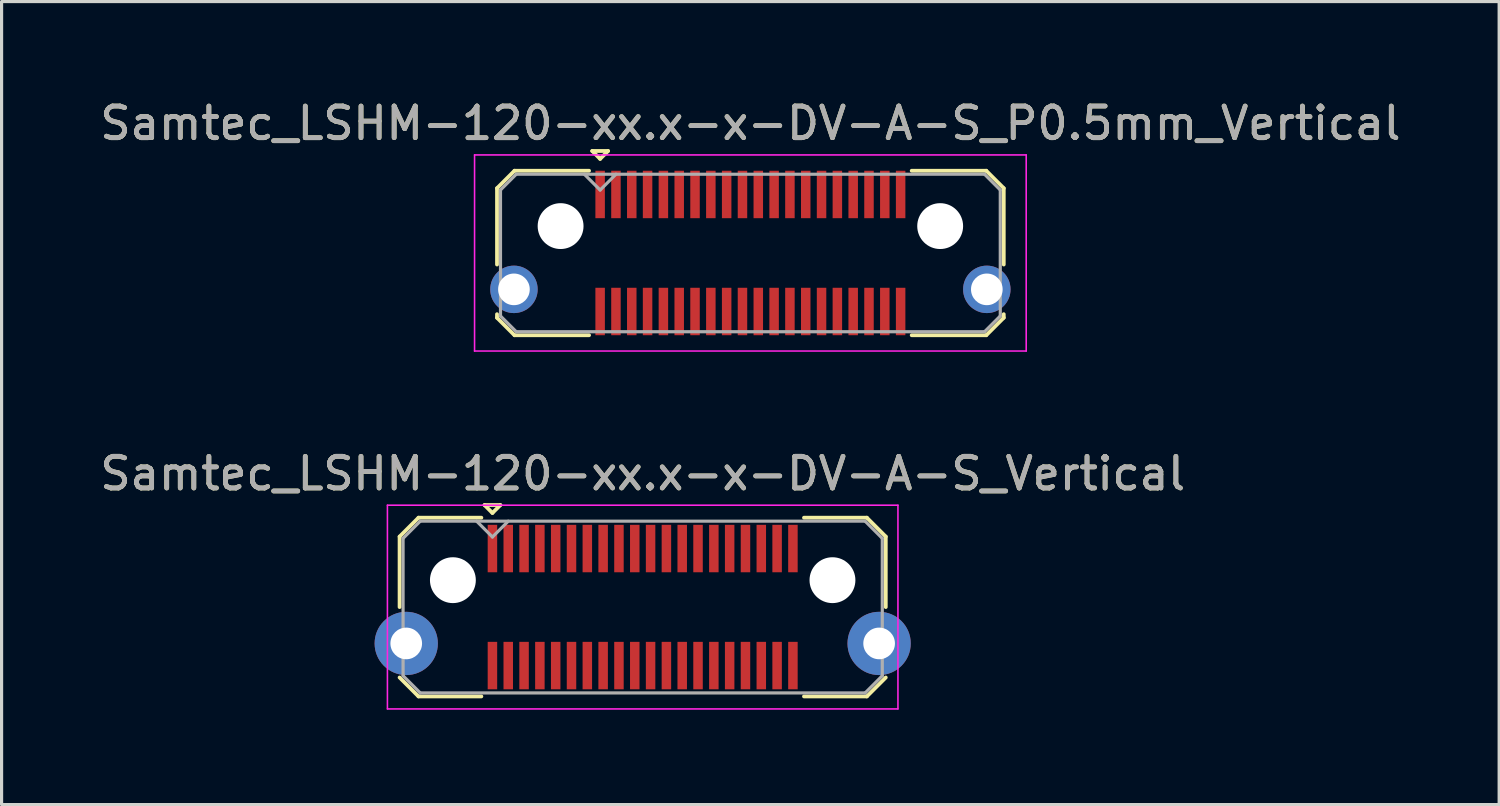
<source format=kicad_pcb>
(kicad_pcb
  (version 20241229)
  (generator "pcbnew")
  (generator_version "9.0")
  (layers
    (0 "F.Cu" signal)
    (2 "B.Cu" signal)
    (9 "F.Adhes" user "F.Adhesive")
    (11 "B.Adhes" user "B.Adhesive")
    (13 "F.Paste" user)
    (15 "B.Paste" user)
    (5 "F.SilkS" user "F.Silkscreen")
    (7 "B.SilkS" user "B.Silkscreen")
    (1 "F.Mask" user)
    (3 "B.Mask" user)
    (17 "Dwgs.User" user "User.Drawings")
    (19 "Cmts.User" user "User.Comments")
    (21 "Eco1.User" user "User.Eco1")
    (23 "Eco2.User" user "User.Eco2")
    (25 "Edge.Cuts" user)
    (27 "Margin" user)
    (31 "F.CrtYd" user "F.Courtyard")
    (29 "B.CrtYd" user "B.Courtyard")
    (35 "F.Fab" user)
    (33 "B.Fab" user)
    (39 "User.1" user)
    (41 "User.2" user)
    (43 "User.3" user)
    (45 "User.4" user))
  (footprint "Samtec_LSHM-120-xx.x-x-DV-A-S_P0.5mm_Vertical"
    (layer "F.Cu")
    (at 20.673 4.948)
    (property "Reference" "Samtec_LSHM-120-xx.x-x-DV-A-S_P0.5mm_Vertical" (at 0 -4.1 0) (layer "F.SilkS") (effects (font (size 1 1) (thickness 0.15))))
    (attr smd)
    (fp_line (start -8.01 -2.047) (end -8.01 0.365) (stroke (width 0.12) (type solid)) (layer "F.SilkS"))
    (fp_line (start -8.01 1.935) (end -8.01 2.047) (stroke (width 0.12) (type solid)) (layer "F.SilkS"))
    (fp_line (start -8.01 2.047) (end -7.457 2.6) (stroke (width 0.12) (type solid)) (layer "F.SilkS"))
    (fp_line (start -7.457 -2.6) (end -8.01 -2.047) (stroke (width 0.12) (type solid)) (layer "F.SilkS"))
    (fp_line (start -7.457 2.6) (end -5.1 2.6) (stroke (width 0.12) (type solid)) (layer "F.SilkS"))
    (fp_line (start -5.1 -2.6) (end -7.457 -2.6) (stroke (width 0.12) (type solid)) (layer "F.SilkS"))
    (fp_line (start -5 -3.225) (end -4.5 -3.225) (stroke (width 0.12) (type solid)) (layer "F.SilkS"))
    (fp_line (start -4.75 -2.975) (end -5 -3.225) (stroke (width 0.12) (type solid)) (layer "F.SilkS"))
    (fp_line (start -4.5 -3.225) (end -4.75 -2.975) (stroke (width 0.12) (type solid)) (layer "F.SilkS"))
    (fp_line (start 5.1 -2.6) (end 7.457 -2.6) (stroke (width 0.12) (type solid)) (layer "F.SilkS"))
    (fp_line (start 7.457 -2.6) (end 8.01 -2.047) (stroke (width 0.12) (type solid)) (layer "F.SilkS"))
    (fp_line (start 7.457 2.6) (end 5.1 2.6) (stroke (width 0.12) (type solid)) (layer "F.SilkS"))
    (fp_line (start 8.01 -2.047) (end 8.01 0.365) (stroke (width 0.12) (type solid)) (layer "F.SilkS"))
    (fp_line (start 8.01 1.935) (end 8.01 2.047) (stroke (width 0.12) (type solid)) (layer "F.SilkS"))
    (fp_line (start 8.01 2.047) (end 7.457 2.6) (stroke (width 0.12) (type solid)) (layer "F.SilkS"))
    (fp_line (start -8.72 -3.1) (end -8.72 3.1) (stroke (width 0.05) (type solid)) (layer "F.CrtYd"))
    (fp_line (start -8.72 3.1) (end 8.72 3.1) (stroke (width 0.05) (type solid)) (layer "F.CrtYd"))
    (fp_line (start 8.72 -3.1) (end -8.72 -3.1) (stroke (width 0.05) (type solid)) (layer "F.CrtYd"))
    (fp_line (start 8.72 3.1) (end 8.72 -3.1) (stroke (width 0.05) (type solid)) (layer "F.CrtYd"))
    (fp_line (start -7.9 -1.992) (end -7.9 1.992) (stroke (width 0.1) (type solid)) (layer "F.Fab"))
    (fp_line (start -7.9 1.992) (end -7.402 2.49) (stroke (width 0.1) (type solid)) (layer "F.Fab"))
    (fp_line (start -7.402 -2.49) (end -7.9 -1.992) (stroke (width 0.1) (type solid)) (layer "F.Fab"))
    (fp_line (start -7.402 2.49) (end 7.402 2.49) (stroke (width 0.1) (type solid)) (layer "F.Fab"))
    (fp_line (start -4.75 -1.99) (end -5.25 -2.49) (stroke (width 0.1) (type solid)) (layer "F.Fab"))
    (fp_line (start -4.25 -2.49) (end -4.75 -1.99) (stroke (width 0.1) (type solid)) (layer "F.Fab"))
    (fp_line (start 7.402 -2.49) (end -7.402 -2.49) (stroke (width 0.1) (type solid)) (layer "F.Fab"))
    (fp_line (start 7.402 2.49) (end 7.9 1.992) (stroke (width 0.1) (type solid)) (layer "F.Fab"))
    (fp_line (start 7.9 -1.992) (end 7.402 -2.49) (stroke (width 0.1) (type solid)) (layer "F.Fab"))
    (fp_line (start 7.9 1.992) (end 7.9 -1.992) (stroke (width 0.1) (type solid)) (layer "F.Fab"))
    (fp_text user "${REFERENCE}" (at 0 -4.1 0) (layer "F.Fab") (effects (font (size 1 1) (thickness 0.15))))
    (pad "" np_thru_hole circle (at -6 -0.85) (size 1.45 1.45) (drill 1.45) (layers "*.Cu" "*.Mask"))
    (pad "" np_thru_hole circle (at 6 -0.85) (size 1.45 1.45) (drill 1.45) (layers "*.Cu" "*.Mask"))
    (pad "1" smd rect (at -4.75 -1.85) (size 0.3 1.5) (layers "F.Cu" "F.Mask" "F.Paste"))
    (pad "2" smd rect (at -4.75 1.85) (size 0.3 1.5) (layers "F.Cu" "F.Mask" "F.Paste"))
    (pad "3" smd rect (at -4.25 -1.85) (size 0.3 1.5) (layers "F.Cu" "F.Mask" "F.Paste"))
    (pad "4" smd rect (at -4.25 1.85) (size 0.3 1.5) (layers "F.Cu" "F.Mask" "F.Paste"))
    (pad "5" smd rect (at -3.75 -1.85) (size 0.3 1.5) (layers "F.Cu" "F.Mask" "F.Paste"))
    (pad "6" smd rect (at -3.75 1.85) (size 0.3 1.5) (layers "F.Cu" "F.Mask" "F.Paste"))
    (pad "7" smd rect (at -3.25 -1.85) (size 0.3 1.5) (layers "F.Cu" "F.Mask" "F.Paste"))
    (pad "8" smd rect (at -3.25 1.85) (size 0.3 1.5) (layers "F.Cu" "F.Mask" "F.Paste"))
    (pad "9" smd rect (at -2.75 -1.85) (size 0.3 1.5) (layers "F.Cu" "F.Mask" "F.Paste"))
    (pad "10" smd rect (at -2.75 1.85) (size 0.3 1.5) (layers "F.Cu" "F.Mask" "F.Paste"))
    (pad "11" smd rect (at -2.25 -1.85) (size 0.3 1.5) (layers "F.Cu" "F.Mask" "F.Paste"))
    (pad "12" smd rect (at -2.25 1.85) (size 0.3 1.5) (layers "F.Cu" "F.Mask" "F.Paste"))
    (pad "13" smd rect (at -1.75 -1.85) (size 0.3 1.5) (layers "F.Cu" "F.Mask" "F.Paste"))
    (pad "14" smd rect (at -1.75 1.85) (size 0.3 1.5) (layers "F.Cu" "F.Mask" "F.Paste"))
    (pad "15" smd rect (at -1.25 -1.85) (size 0.3 1.5) (layers "F.Cu" "F.Mask" "F.Paste"))
    (pad "16" smd rect (at -1.25 1.85) (size 0.3 1.5) (layers "F.Cu" "F.Mask" "F.Paste"))
    (pad "17" smd rect (at -0.75 -1.85) (size 0.3 1.5) (layers "F.Cu" "F.Mask" "F.Paste"))
    (pad "18" smd rect (at -0.75 1.85) (size 0.3 1.5) (layers "F.Cu" "F.Mask" "F.Paste"))
    (pad "19" smd rect (at -0.25 -1.85) (size 0.3 1.5) (layers "F.Cu" "F.Mask" "F.Paste"))
    (pad "20" smd rect (at -0.25 1.85) (size 0.3 1.5) (layers "F.Cu" "F.Mask" "F.Paste"))
    (pad "21" smd rect (at 0.25 -1.85) (size 0.3 1.5) (layers "F.Cu" "F.Mask" "F.Paste"))
    (pad "22" smd rect (at 0.25 1.85) (size 0.3 1.5) (layers "F.Cu" "F.Mask" "F.Paste"))
    (pad "23" smd rect (at 0.75 -1.85) (size 0.3 1.5) (layers "F.Cu" "F.Mask" "F.Paste"))
    (pad "24" smd rect (at 0.75 1.85) (size 0.3 1.5) (layers "F.Cu" "F.Mask" "F.Paste"))
    (pad "25" smd rect (at 1.25 -1.85) (size 0.3 1.5) (layers "F.Cu" "F.Mask" "F.Paste"))
    (pad "26" smd rect (at 1.25 1.85) (size 0.3 1.5) (layers "F.Cu" "F.Mask" "F.Paste"))
    (pad "27" smd rect (at 1.75 -1.85) (size 0.3 1.5) (layers "F.Cu" "F.Mask" "F.Paste"))
    (pad "28" smd rect (at 1.75 1.85) (size 0.3 1.5) (layers "F.Cu" "F.Mask" "F.Paste"))
    (pad "29" smd rect (at 2.25 -1.85) (size 0.3 1.5) (layers "F.Cu" "F.Mask" "F.Paste"))
    (pad "30" smd rect (at 2.25 1.85) (size 0.3 1.5) (layers "F.Cu" "F.Mask" "F.Paste"))
    (pad "31" smd rect (at 2.75 -1.85) (size 0.3 1.5) (layers "F.Cu" "F.Mask" "F.Paste"))
    (pad "32" smd rect (at 2.75 1.85) (size 0.3 1.5) (layers "F.Cu" "F.Mask" "F.Paste"))
    (pad "33" smd rect (at 3.25 -1.85) (size 0.3 1.5) (layers "F.Cu" "F.Mask" "F.Paste"))
    (pad "34" smd rect (at 3.25 1.85) (size 0.3 1.5) (layers "F.Cu" "F.Mask" "F.Paste"))
    (pad "35" smd rect (at 3.75 -1.85) (size 0.3 1.5) (layers "F.Cu" "F.Mask" "F.Paste"))
    (pad "36" smd rect (at 3.75 1.85) (size 0.3 1.5) (layers "F.Cu" "F.Mask" "F.Paste"))
    (pad "37" smd rect (at 4.25 -1.85) (size 0.3 1.5) (layers "F.Cu" "F.Mask" "F.Paste"))
    (pad "38" smd rect (at 4.25 1.85) (size 0.3 1.5) (layers "F.Cu" "F.Mask" "F.Paste"))
    (pad "39" smd rect (at 4.75 -1.85) (size 0.3 1.5) (layers "F.Cu" "F.Mask" "F.Paste"))
    (pad "40" smd rect (at 4.75 1.85) (size 0.3 1.5) (layers "F.Cu" "F.Mask" "F.Paste"))
    (pad "SH" thru_hole circle (at -7.475 1.15) (size 1.5 1.5) (drill 1) (layers "*.Cu" "*.Mask"))
    (pad "SH" thru_hole circle (at 7.475 1.15) (size 1.5 1.5) (drill 1) (layers "*.Cu" "*.Mask")))
  (footprint "Samtec_LSHM-120-xx.x-x-DV-A-S_Vertical"
    (layer "F.Cu")
    (at 17.268 16.142)
    (property "Reference" "Samtec_LSHM-120-xx.x-x-DV-A-S_Vertical" (at 0 -4.22 0) (layer "F.SilkS") (effects (font (size 1 1) (thickness 0.15))))
    (attr smd)
    (fp_line (start -7.685 -2.227) (end -7.685 0) (stroke (width 0.12) (type solid)) (layer "F.SilkS"))
    (fp_line (start -7.685 2.227) (end -7.087 2.825) (stroke (width 0.12) (type solid)) (layer "F.SilkS"))
    (fp_line (start -7.087 -2.825) (end -7.685 -2.227) (stroke (width 0.12) (type solid)) (layer "F.SilkS"))
    (fp_line (start -7.087 2.825) (end -5.1 2.825) (stroke (width 0.12) (type solid)) (layer "F.SilkS"))
    (fp_line (start -5.1 -2.825) (end -7.087 -2.825) (stroke (width 0.12) (type solid)) (layer "F.SilkS"))
    (fp_line (start -5 -3.225) (end -4.5 -3.225) (stroke (width 0.12) (type solid)) (layer "F.SilkS"))
    (fp_line (start -4.75 -2.975) (end -5 -3.225) (stroke (width 0.12) (type solid)) (layer "F.SilkS"))
    (fp_line (start -4.5 -3.225) (end -4.75 -2.975) (stroke (width 0.12) (type solid)) (layer "F.SilkS"))
    (fp_line (start 5.1 -2.825) (end 7.087 -2.825) (stroke (width 0.12) (type solid)) (layer "F.SilkS"))
    (fp_line (start 7.087 -2.825) (end 7.685 -2.227) (stroke (width 0.12) (type solid)) (layer "F.SilkS"))
    (fp_line (start 7.087 2.825) (end 5.1 2.825) (stroke (width 0.12) (type solid)) (layer "F.SilkS"))
    (fp_line (start 7.685 -2.227) (end 7.685 0) (stroke (width 0.12) (type solid)) (layer "F.SilkS"))
    (fp_line (start 7.685 2.227) (end 7.087 2.825) (stroke (width 0.12) (type solid)) (layer "F.SilkS"))
    (fp_line (start -8.07 -3.22) (end -8.07 3.22) (stroke (width 0.05) (type solid)) (layer "F.CrtYd"))
    (fp_line (start -8.07 3.22) (end 8.07 3.22) (stroke (width 0.05) (type solid)) (layer "F.CrtYd"))
    (fp_line (start 8.07 -3.22) (end -8.07 -3.22) (stroke (width 0.05) (type solid)) (layer "F.CrtYd"))
    (fp_line (start 8.07 3.22) (end 8.07 -3.22) (stroke (width 0.05) (type solid)) (layer "F.CrtYd"))
    (fp_line (start -7.575 -2.172) (end -7.575 2.172) (stroke (width 0.1) (type solid)) (layer "F.Fab"))
    (fp_line (start -7.575 2.172) (end -7.032 2.715) (stroke (width 0.1) (type solid)) (layer "F.Fab"))
    (fp_line (start -7.032 -2.715) (end -7.575 -2.172) (stroke (width 0.1) (type solid)) (layer "F.Fab"))
    (fp_line (start -7.032 2.715) (end 7.032 2.715) (stroke (width 0.1) (type solid)) (layer "F.Fab"))
    (fp_line (start -4.75 -2.215) (end -5.25 -2.715) (stroke (width 0.1) (type solid)) (layer "F.Fab"))
    (fp_line (start -4.25 -2.715) (end -4.75 -2.215) (stroke (width 0.1) (type solid)) (layer "F.Fab"))
    (fp_line (start 7.032 -2.715) (end -7.032 -2.715) (stroke (width 0.1) (type solid)) (layer "F.Fab"))
    (fp_line (start 7.032 2.715) (end 7.575 2.172) (stroke (width 0.1) (type solid)) (layer "F.Fab"))
    (fp_line (start 7.575 -2.172) (end 7.032 -2.715) (stroke (width 0.1) (type solid)) (layer "F.Fab"))
    (fp_line (start 7.575 2.172) (end 7.575 -2.172) (stroke (width 0.1) (type solid)) (layer "F.Fab"))
    (fp_text user "${REFERENCE}" (at 0 -4.22 0) (layer "F.Fab") (effects (font (size 1 1) (thickness 0.15))))
    (pad "" np_thru_hole circle (at -6 -0.85) (size 1.45 1.45) (drill 1.45) (layers "*.Cu" "*.Mask"))
    (pad "" np_thru_hole circle (at 6 -0.85) (size 1.45 1.45) (drill 1.45) (layers "*.Cu" "*.Mask"))
    (pad "1" smd rect (at -4.75 -1.85) (size 0.3 1.5) (layers "F.Cu" "F.Mask" "F.Paste"))
    (pad "2" smd rect (at -4.75 1.85) (size 0.3 1.5) (layers "F.Cu" "F.Mask" "F.Paste"))
    (pad "3" smd rect (at -4.25 -1.85) (size 0.3 1.5) (layers "F.Cu" "F.Mask" "F.Paste"))
    (pad "4" smd rect (at -4.25 1.85) (size 0.3 1.5) (layers "F.Cu" "F.Mask" "F.Paste"))
    (pad "5" smd rect (at -3.75 -1.85) (size 0.3 1.5) (layers "F.Cu" "F.Mask" "F.Paste"))
    (pad "6" smd rect (at -3.75 1.85) (size 0.3 1.5) (layers "F.Cu" "F.Mask" "F.Paste"))
    (pad "7" smd rect (at -3.25 -1.85) (size 0.3 1.5) (layers "F.Cu" "F.Mask" "F.Paste"))
    (pad "8" smd rect (at -3.25 1.85) (size 0.3 1.5) (layers "F.Cu" "F.Mask" "F.Paste"))
    (pad "9" smd rect (at -2.75 -1.85) (size 0.3 1.5) (layers "F.Cu" "F.Mask" "F.Paste"))
    (pad "10" smd rect (at -2.75 1.85) (size 0.3 1.5) (layers "F.Cu" "F.Mask" "F.Paste"))
    (pad "11" smd rect (at -2.25 -1.85) (size 0.3 1.5) (layers "F.Cu" "F.Mask" "F.Paste"))
    (pad "12" smd rect (at -2.25 1.85) (size 0.3 1.5) (layers "F.Cu" "F.Mask" "F.Paste"))
    (pad "13" smd rect (at -1.75 -1.85) (size 0.3 1.5) (layers "F.Cu" "F.Mask" "F.Paste"))
    (pad "14" smd rect (at -1.75 1.85) (size 0.3 1.5) (layers "F.Cu" "F.Mask" "F.Paste"))
    (pad "15" smd rect (at -1.25 -1.85) (size 0.3 1.5) (layers "F.Cu" "F.Mask" "F.Paste"))
    (pad "16" smd rect (at -1.25 1.85) (size 0.3 1.5) (layers "F.Cu" "F.Mask" "F.Paste"))
    (pad "17" smd rect (at -0.75 -1.85) (size 0.3 1.5) (layers "F.Cu" "F.Mask" "F.Paste"))
    (pad "18" smd rect (at -0.75 1.85) (size 0.3 1.5) (layers "F.Cu" "F.Mask" "F.Paste"))
    (pad "19" smd rect (at -0.25 -1.85) (size 0.3 1.5) (layers "F.Cu" "F.Mask" "F.Paste"))
    (pad "20" smd rect (at -0.25 1.85) (size 0.3 1.5) (layers "F.Cu" "F.Mask" "F.Paste"))
    (pad "21" smd rect (at 0.25 -1.85) (size 0.3 1.5) (layers "F.Cu" "F.Mask" "F.Paste"))
    (pad "22" smd rect (at 0.25 1.85) (size 0.3 1.5) (layers "F.Cu" "F.Mask" "F.Paste"))
    (pad "23" smd rect (at 0.75 -1.85) (size 0.3 1.5) (layers "F.Cu" "F.Mask" "F.Paste"))
    (pad "24" smd rect (at 0.75 1.85) (size 0.3 1.5) (layers "F.Cu" "F.Mask" "F.Paste"))
    (pad "25" smd rect (at 1.25 -1.85) (size 0.3 1.5) (layers "F.Cu" "F.Mask" "F.Paste"))
    (pad "26" smd rect (at 1.25 1.85) (size 0.3 1.5) (layers "F.Cu" "F.Mask" "F.Paste"))
    (pad "27" smd rect (at 1.75 -1.85) (size 0.3 1.5) (layers "F.Cu" "F.Mask" "F.Paste"))
    (pad "28" smd rect (at 1.75 1.85) (size 0.3 1.5) (layers "F.Cu" "F.Mask" "F.Paste"))
    (pad "29" smd rect (at 2.25 -1.85) (size 0.3 1.5) (layers "F.Cu" "F.Mask" "F.Paste"))
    (pad "30" smd rect (at 2.25 1.85) (size 0.3 1.5) (layers "F.Cu" "F.Mask" "F.Paste"))
    (pad "31" smd rect (at 2.75 -1.85) (size 0.3 1.5) (layers "F.Cu" "F.Mask" "F.Paste"))
    (pad "32" smd rect (at 2.75 1.85) (size 0.3 1.5) (layers "F.Cu" "F.Mask" "F.Paste"))
    (pad "33" smd rect (at 3.25 -1.85) (size 0.3 1.5) (layers "F.Cu" "F.Mask" "F.Paste"))
    (pad "34" smd rect (at 3.25 1.85) (size 0.3 1.5) (layers "F.Cu" "F.Mask" "F.Paste"))
    (pad "35" smd rect (at 3.75 -1.85) (size 0.3 1.5) (layers "F.Cu" "F.Mask" "F.Paste"))
    (pad "36" smd rect (at 3.75 1.85) (size 0.3 1.5) (layers "F.Cu" "F.Mask" "F.Paste"))
    (pad "37" smd rect (at 4.25 -1.85) (size 0.3 1.5) (layers "F.Cu" "F.Mask" "F.Paste"))
    (pad "38" smd rect (at 4.25 1.85) (size 0.3 1.5) (layers "F.Cu" "F.Mask" "F.Paste"))
    (pad "39" smd rect (at 4.75 -1.85) (size 0.3 1.5) (layers "F.Cu" "F.Mask" "F.Paste"))
    (pad "40" smd rect (at 4.75 1.85) (size 0.3 1.5) (layers "F.Cu" "F.Mask" "F.Paste"))
    (pad "SH" thru_hole circle (at -7.475 1.15) (size 2 2) (drill 1) (layers "*.Cu" "*.Mask"))
    (pad "SH" thru_hole circle (at 7.475 1.15) (size 2 2) (drill 1) (layers "*.Cu" "*.Mask")))
  (gr_rect
    (start -3 -3)
    (end 44.345 22.387)
    (stroke (width 0.1) (type default))
    (fill no)
    (layer "Edge.Cuts")))
</source>
